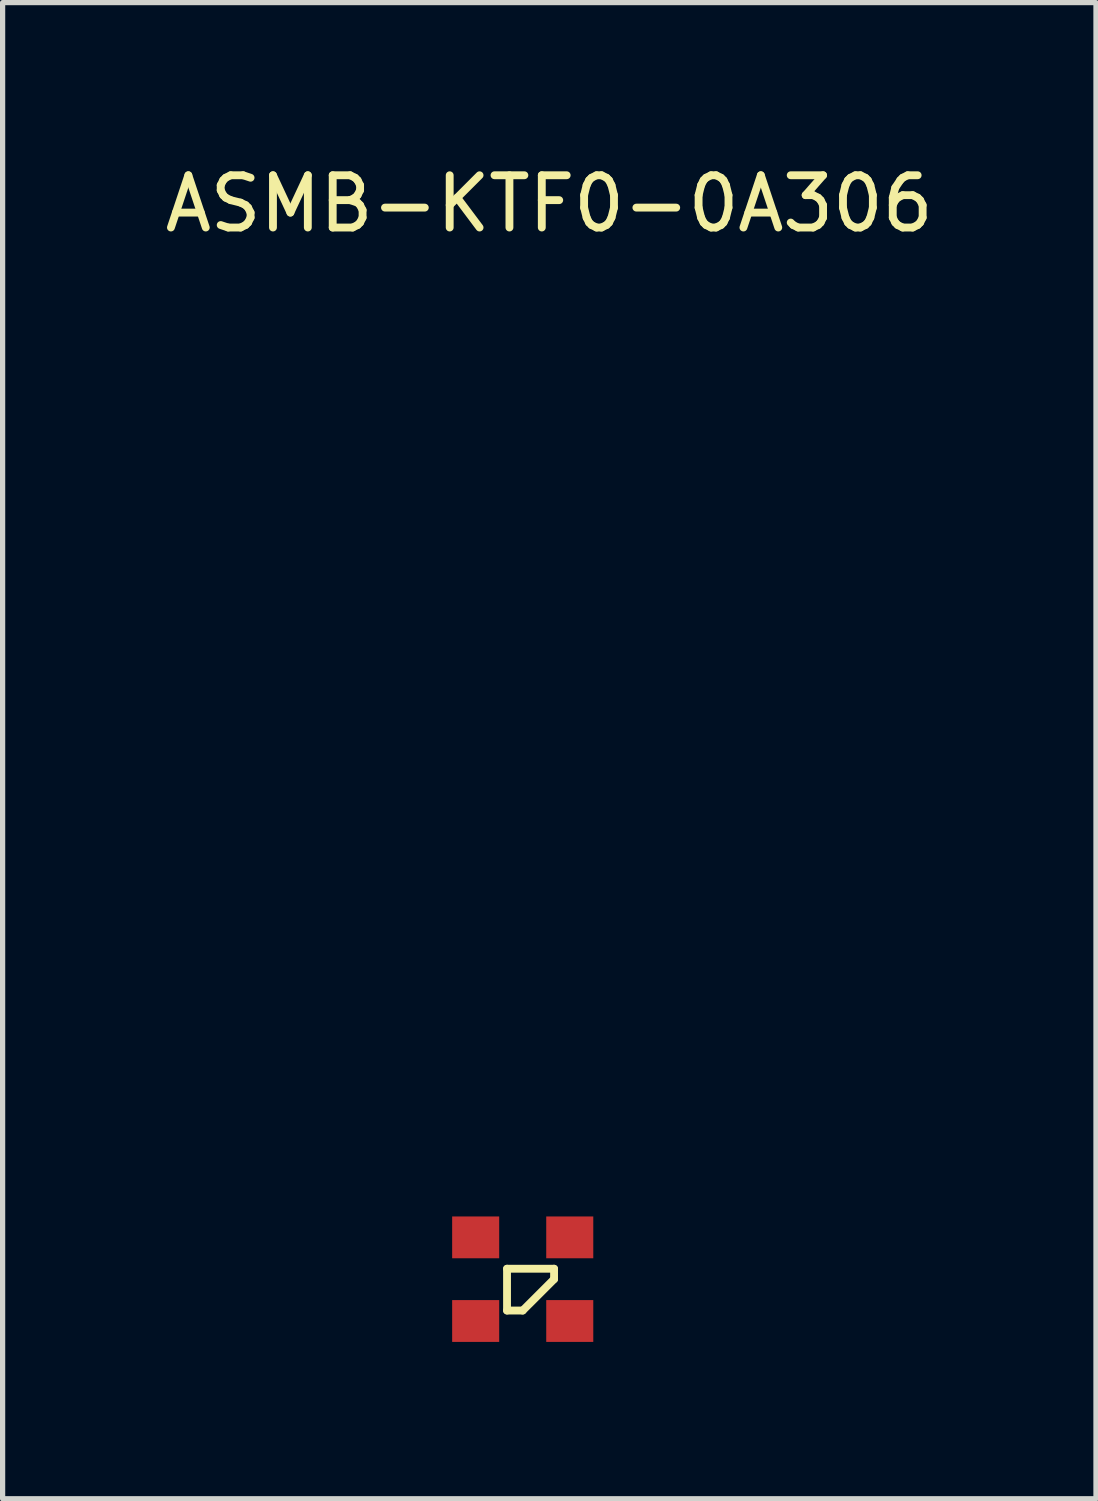
<source format=kicad_pcb>
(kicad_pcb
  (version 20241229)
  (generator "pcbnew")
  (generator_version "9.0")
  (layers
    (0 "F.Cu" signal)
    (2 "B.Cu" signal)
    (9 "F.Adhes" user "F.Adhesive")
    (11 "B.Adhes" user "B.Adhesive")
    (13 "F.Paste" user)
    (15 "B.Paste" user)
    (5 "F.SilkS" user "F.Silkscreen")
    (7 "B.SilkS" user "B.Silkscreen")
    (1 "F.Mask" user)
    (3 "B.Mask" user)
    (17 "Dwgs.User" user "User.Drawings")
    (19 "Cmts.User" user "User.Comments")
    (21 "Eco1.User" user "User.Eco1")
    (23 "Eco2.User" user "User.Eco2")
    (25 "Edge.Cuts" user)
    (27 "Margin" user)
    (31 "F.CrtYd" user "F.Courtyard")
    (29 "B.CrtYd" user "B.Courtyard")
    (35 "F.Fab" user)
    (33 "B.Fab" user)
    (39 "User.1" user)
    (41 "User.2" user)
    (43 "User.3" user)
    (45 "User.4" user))
  (footprint "ASMB-KTF0-0A306"
    (layer "F.Cu")
    (at 6.95 21.422)
    (property "Reference" "ASMB-KTF0-0A306" (at 0.508 -20.574 0) (layer "F.SilkS") (effects (font (size 1 1) (thickness 0.15))))
    (attr through_hole)
    (fp_line (start -0.3 -0.2) (end -0.3 0.6) (stroke (width 0.15) (type solid)) (layer "F.SilkS"))
    (fp_line (start -0.3 0.6) (end 0 0.6) (stroke (width 0.15) (type solid)) (layer "F.SilkS"))
    (fp_line (start 0.6 -0.2) (end -0.3 -0.2) (stroke (width 0.15) (type solid)) (layer "F.SilkS"))
    (fp_line (start 0.6 0) (end 0 0.6) (stroke (width 0.15) (type solid)) (layer "F.SilkS"))
    (fp_line (start 0.6 0) (end 0.6 -0.2) (stroke (width 0.15) (type solid)) (layer "F.SilkS"))
    (pad "1" smd rect (at 0.9 0.8) (size 0.9 0.8) (layers "F.Cu" "F.Mask" "F.Paste"))
    (pad "2" smd rect (at 0.9 -0.8) (size 0.9 0.8) (layers "F.Cu" "F.Mask" "F.Paste"))
    (pad "3" smd rect (at -0.9 -0.8) (size 0.9 0.8) (layers "F.Cu" "F.Mask" "F.Paste"))
    (pad "4" smd rect (at -0.9 0.8) (size 0.9 0.8) (layers "F.Cu" "F.Mask" "F.Paste")))
  (gr_rect
    (start -3 -3)
    (end 17.917 25.622)
    (stroke (width 0.1) (type default))
    (fill no)
    (layer "Edge.Cuts")))
</source>
